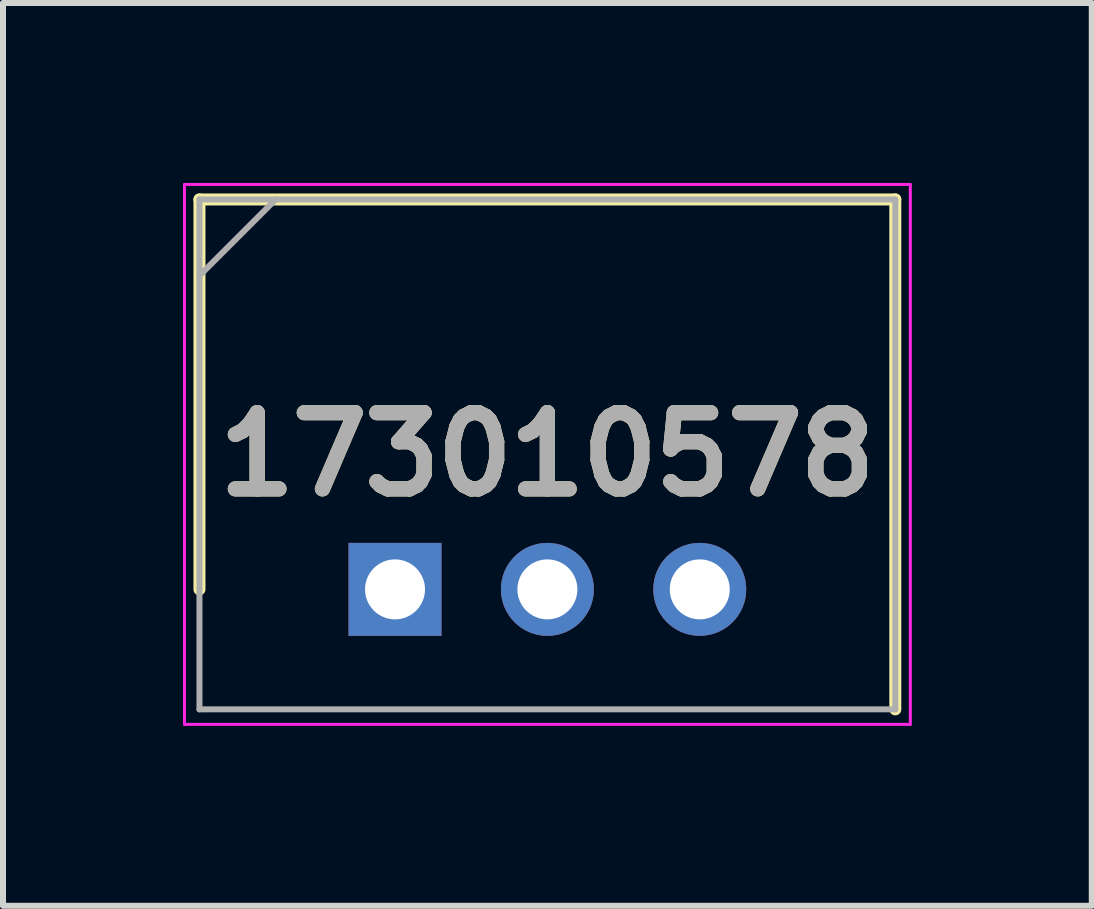
<source format=kicad_pcb>
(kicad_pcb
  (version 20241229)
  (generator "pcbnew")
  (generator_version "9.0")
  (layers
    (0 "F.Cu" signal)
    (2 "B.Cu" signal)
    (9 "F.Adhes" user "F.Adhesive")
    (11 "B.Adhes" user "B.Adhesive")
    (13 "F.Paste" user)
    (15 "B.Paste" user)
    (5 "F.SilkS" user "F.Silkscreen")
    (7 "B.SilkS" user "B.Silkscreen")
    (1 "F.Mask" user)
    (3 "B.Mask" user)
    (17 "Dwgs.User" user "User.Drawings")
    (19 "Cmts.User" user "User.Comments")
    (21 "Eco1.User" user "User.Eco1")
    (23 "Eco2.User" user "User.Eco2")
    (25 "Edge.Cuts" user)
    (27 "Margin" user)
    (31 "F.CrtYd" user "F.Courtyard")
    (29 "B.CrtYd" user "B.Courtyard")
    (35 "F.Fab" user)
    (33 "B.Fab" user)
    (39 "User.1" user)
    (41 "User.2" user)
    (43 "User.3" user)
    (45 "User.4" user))
  (footprint "173010578"
    (layer "F.Cu")
    (at 3.535 6.775)
    (property "Reference" "173010578" (at 2.54 -2.25 0) (layer "F.SilkS") (effects (font (size 1.27 1.27) (thickness 0.254))))
    (attr through_hole)
    (fp_line (start -3.26 -6.5) (end -3.26 0) (stroke (width 0.2) (type solid)) (layer "F.SilkS"))
    (fp_line (start 8.34 -6.5) (end -3.26 -6.5) (stroke (width 0.2) (type solid)) (layer "F.SilkS"))
    (fp_line (start 8.34 2) (end 8.34 -6.5) (stroke (width 0.2) (type solid)) (layer "F.SilkS"))
    (fp_line (start -3.51 -6.75) (end 8.59 -6.75) (stroke (width 0.05) (type solid)) (layer "F.CrtYd"))
    (fp_line (start -3.51 2.25) (end -3.51 -6.75) (stroke (width 0.05) (type solid)) (layer "F.CrtYd"))
    (fp_line (start 8.59 -6.75) (end 8.59 2.25) (stroke (width 0.05) (type solid)) (layer "F.CrtYd"))
    (fp_line (start 8.59 2.25) (end -3.51 2.25) (stroke (width 0.05) (type solid)) (layer "F.CrtYd"))
    (fp_line (start -3.26 -6.5) (end 8.34 -6.5) (stroke (width 0.1) (type solid)) (layer "F.Fab"))
    (fp_line (start -3.26 -5.23) (end -1.99 -6.5) (stroke (width 0.1) (type solid)) (layer "F.Fab"))
    (fp_line (start -3.26 2) (end -3.26 -6.5) (stroke (width 0.1) (type solid)) (layer "F.Fab"))
    (fp_line (start 8.34 -6.5) (end 8.34 2) (stroke (width 0.1) (type solid)) (layer "F.Fab"))
    (fp_line (start 8.34 2) (end -3.26 2) (stroke (width 0.1) (type solid)) (layer "F.Fab"))
    (fp_text user "${REFERENCE}" (at 2.54 -2.25 0) (layer "F.Fab") (effects (font (size 1.27 1.27) (thickness 0.254))))
    (pad "1" thru_hole rect (at 0 0) (size 1.55 1.55) (drill 1) (layers "*.Cu" "*.Mask"))
    (pad "2" thru_hole circle (at 2.54 0) (size 1.55 1.55) (drill 1) (layers "*.Cu" "*.Mask"))
    (pad "3" thru_hole circle (at 5.08 0) (size 1.55 1.55) (drill 1) (layers "*.Cu" "*.Mask")))
  (gr_rect
    (start -3 -3)
    (end 15.15 12.05)
    (stroke (width 0.1) (type default))
    (fill no)
    (layer "Edge.Cuts")))
</source>
